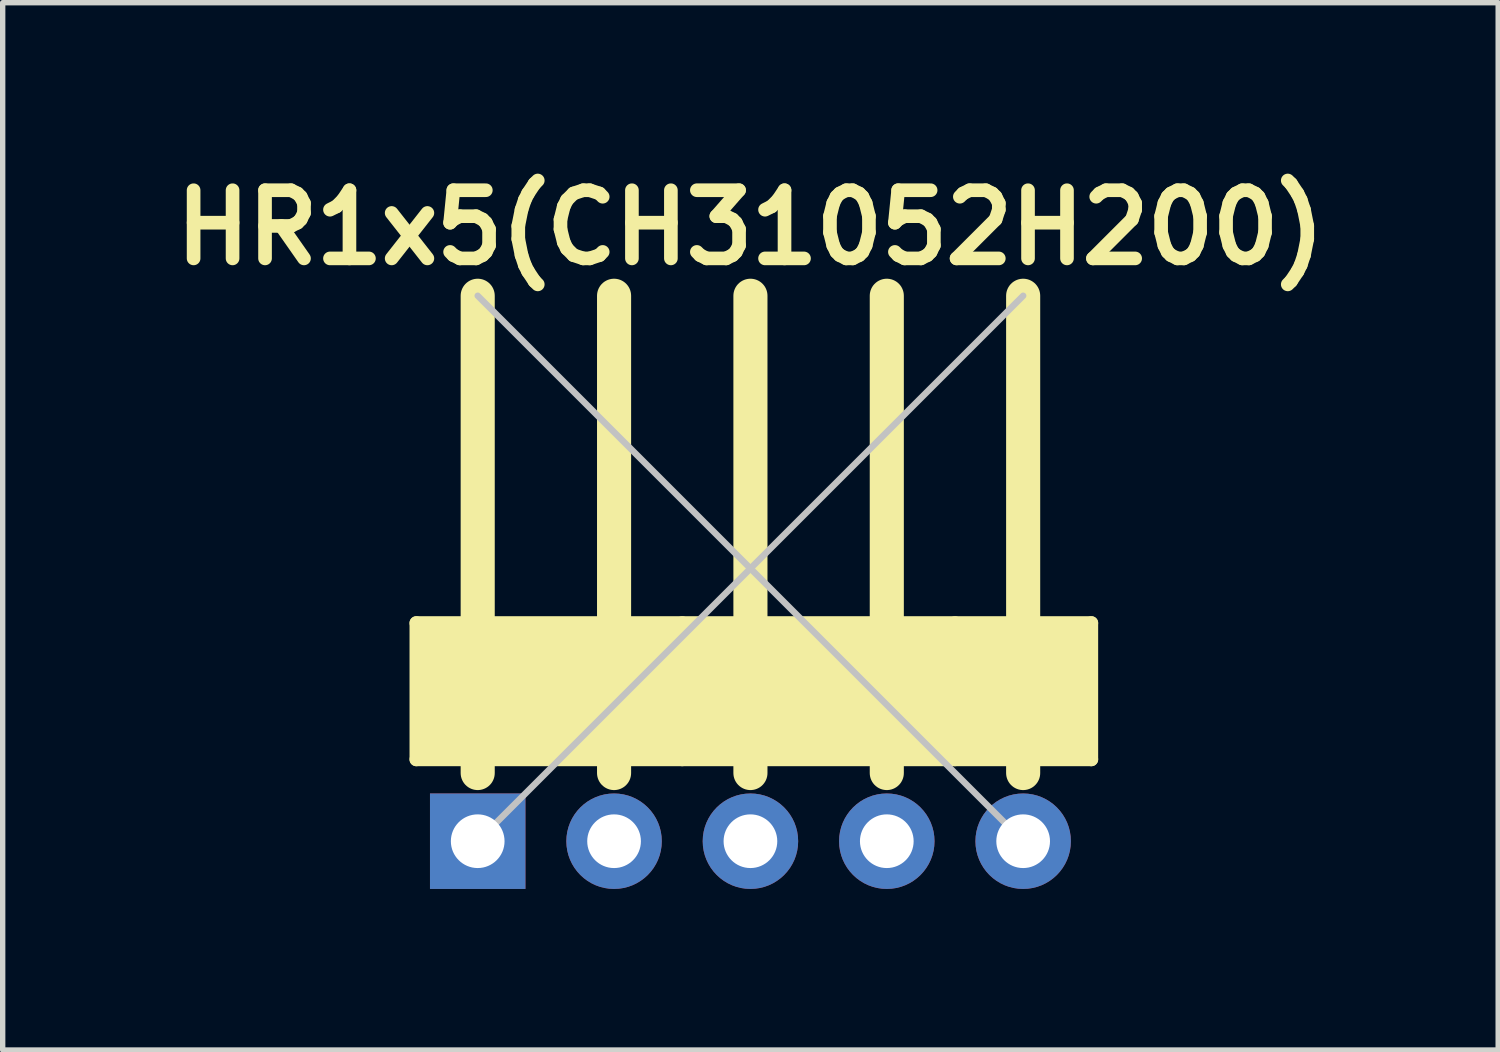
<source format=kicad_pcb>
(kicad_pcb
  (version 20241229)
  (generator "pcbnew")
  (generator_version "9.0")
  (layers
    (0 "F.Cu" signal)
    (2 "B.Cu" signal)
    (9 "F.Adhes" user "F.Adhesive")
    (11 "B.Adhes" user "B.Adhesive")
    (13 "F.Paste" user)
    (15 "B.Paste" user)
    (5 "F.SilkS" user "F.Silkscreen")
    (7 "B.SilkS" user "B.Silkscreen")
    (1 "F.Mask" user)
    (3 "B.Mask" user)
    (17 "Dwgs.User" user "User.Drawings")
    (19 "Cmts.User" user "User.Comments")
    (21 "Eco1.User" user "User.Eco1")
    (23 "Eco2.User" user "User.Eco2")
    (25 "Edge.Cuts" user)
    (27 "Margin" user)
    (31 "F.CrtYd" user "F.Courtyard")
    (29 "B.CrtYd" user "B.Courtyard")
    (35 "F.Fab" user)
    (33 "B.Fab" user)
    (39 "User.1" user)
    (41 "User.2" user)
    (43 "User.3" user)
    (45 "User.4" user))
  (footprint "HR1x5(CH31052H200)"
    (layer "F.Cu")
    (at 10.928 7.539)
    (property "Reference" "HR1x5(CH31052H200)" (at 0 -6.35 0) (layer "F.SilkS") (effects (font (size 1.27 1.27) (thickness 0.254))))
    (attr through_hole)
    (fp_line (start -6.223 1.016) (end -6.223 3.556) (stroke (width 0.254) (type solid)) (layer "F.SilkS"))
    (fp_line (start -6.223 3.556) (end -5.08 3.556) (stroke (width 0.254) (type solid)) (layer "F.SilkS"))
    (fp_line (start -5.08 1.016) (end -6.223 1.016) (stroke (width 0.254) (type solid)) (layer "F.SilkS"))
    (fp_line (start -5.08 1.016) (end -5.08 -5.08) (stroke (width 0.635) (type solid)) (layer "F.SilkS"))
    (fp_line (start -5.08 3.556) (end -5.08 3.81) (stroke (width 0.635) (type solid)) (layer "F.SilkS"))
    (fp_line (start -5.08 3.556) (end -2.54 3.556) (stroke (width 0.254) (type solid)) (layer "F.SilkS"))
    (fp_line (start -2.54 1.016) (end -5.08 1.016) (stroke (width 0.254) (type solid)) (layer "F.SilkS"))
    (fp_line (start -2.54 1.016) (end -2.54 -5.08) (stroke (width 0.635) (type solid)) (layer "F.SilkS"))
    (fp_line (start -2.54 3.556) (end -2.54 3.81) (stroke (width 0.635) (type solid)) (layer "F.SilkS"))
    (fp_line (start -2.54 3.556) (end -1.27 3.556) (stroke (width 0.254) (type solid)) (layer "F.SilkS"))
    (fp_line (start -1.27 1.016) (end -2.54 1.016) (stroke (width 0.254) (type solid)) (layer "F.SilkS"))
    (fp_line (start -1.27 3.556) (end 0 3.556) (stroke (width 0.254) (type solid)) (layer "F.SilkS"))
    (fp_line (start 0 1.016) (end -1.27 1.016) (stroke (width 0.254) (type solid)) (layer "F.SilkS"))
    (fp_line (start 0 1.016) (end 0 -5.08) (stroke (width 0.635) (type solid)) (layer "F.SilkS"))
    (fp_line (start 0 3.556) (end 0 3.81) (stroke (width 0.635) (type solid)) (layer "F.SilkS"))
    (fp_line (start 0 3.556) (end 2.54 3.556) (stroke (width 0.254) (type solid)) (layer "F.SilkS"))
    (fp_line (start 2.54 1.016) (end 0 1.016) (stroke (width 0.254) (type solid)) (layer "F.SilkS"))
    (fp_line (start 2.54 1.016) (end 2.54 -5.08) (stroke (width 0.635) (type solid)) (layer "F.SilkS"))
    (fp_line (start 2.54 3.556) (end 2.54 3.81) (stroke (width 0.635) (type solid)) (layer "F.SilkS"))
    (fp_line (start 2.54 3.556) (end 3.81 3.556) (stroke (width 0.254) (type solid)) (layer "F.SilkS"))
    (fp_line (start 3.81 1.016) (end 2.54 1.016) (stroke (width 0.254) (type solid)) (layer "F.SilkS"))
    (fp_line (start 3.81 3.556) (end 5.08 3.556) (stroke (width 0.254) (type solid)) (layer "F.SilkS"))
    (fp_line (start 5.08 1.016) (end 3.81 1.016) (stroke (width 0.254) (type solid)) (layer "F.SilkS"))
    (fp_line (start 5.08 1.016) (end 5.08 -5.08) (stroke (width 0.635) (type solid)) (layer "F.SilkS"))
    (fp_line (start 5.08 3.556) (end 5.08 3.81) (stroke (width 0.635) (type solid)) (layer "F.SilkS"))
    (fp_line (start 5.08 3.556) (end 6.35 3.556) (stroke (width 0.254) (type solid)) (layer "F.SilkS"))
    (fp_line (start 6.35 1.016) (end 5.08 1.016) (stroke (width 0.254) (type solid)) (layer "F.SilkS"))
    (fp_line (start 6.35 3.556) (end 6.35 1.016) (stroke (width 0.254) (type solid)) (layer "F.SilkS"))
    (fp_poly (pts (xy -6.223 1.016) (xy 6.35 1.016) (xy 6.35 3.556) (xy -6.223 3.556)) (stroke (width 0.1) (type solid)) (fill yes) (layer "F.SilkS"))
    (fp_line (start -5.08 -5.08) (end 5.08 5.08) (stroke (width 0.12) (type solid)) (layer "Dwgs.User"))
    (fp_line (start 5.08 -5.08) (end -5.08 5.08) (stroke (width 0.12) (type solid)) (layer "Dwgs.User"))
    (pad "1" thru_hole rect (at -5.08 5.08) (size 1.778 1.778) (drill 1) (layers "*.Cu" "*.Mask"))
    (pad "2" thru_hole circle (at -2.54 5.08) (size 1.778 1.778) (drill 1) (layers "*.Cu" "*.Mask"))
    (pad "3" thru_hole circle (at 0 5.08) (size 1.778 1.778) (drill 1) (layers "*.Cu" "*.Mask"))
    (pad "4" thru_hole circle (at 2.54 5.08) (size 1.778 1.778) (drill 1) (layers "*.Cu" "*.Mask"))
    (pad "5" thru_hole circle (at 5.08 5.08) (size 1.778 1.778) (drill 1) (layers "*.Cu" "*.Mask")))
  (gr_rect
    (start -3 -3)
    (end 24.856 16.508)
    (stroke (width 0.1) (type default))
    (fill no)
    (layer "Edge.Cuts")))
</source>
